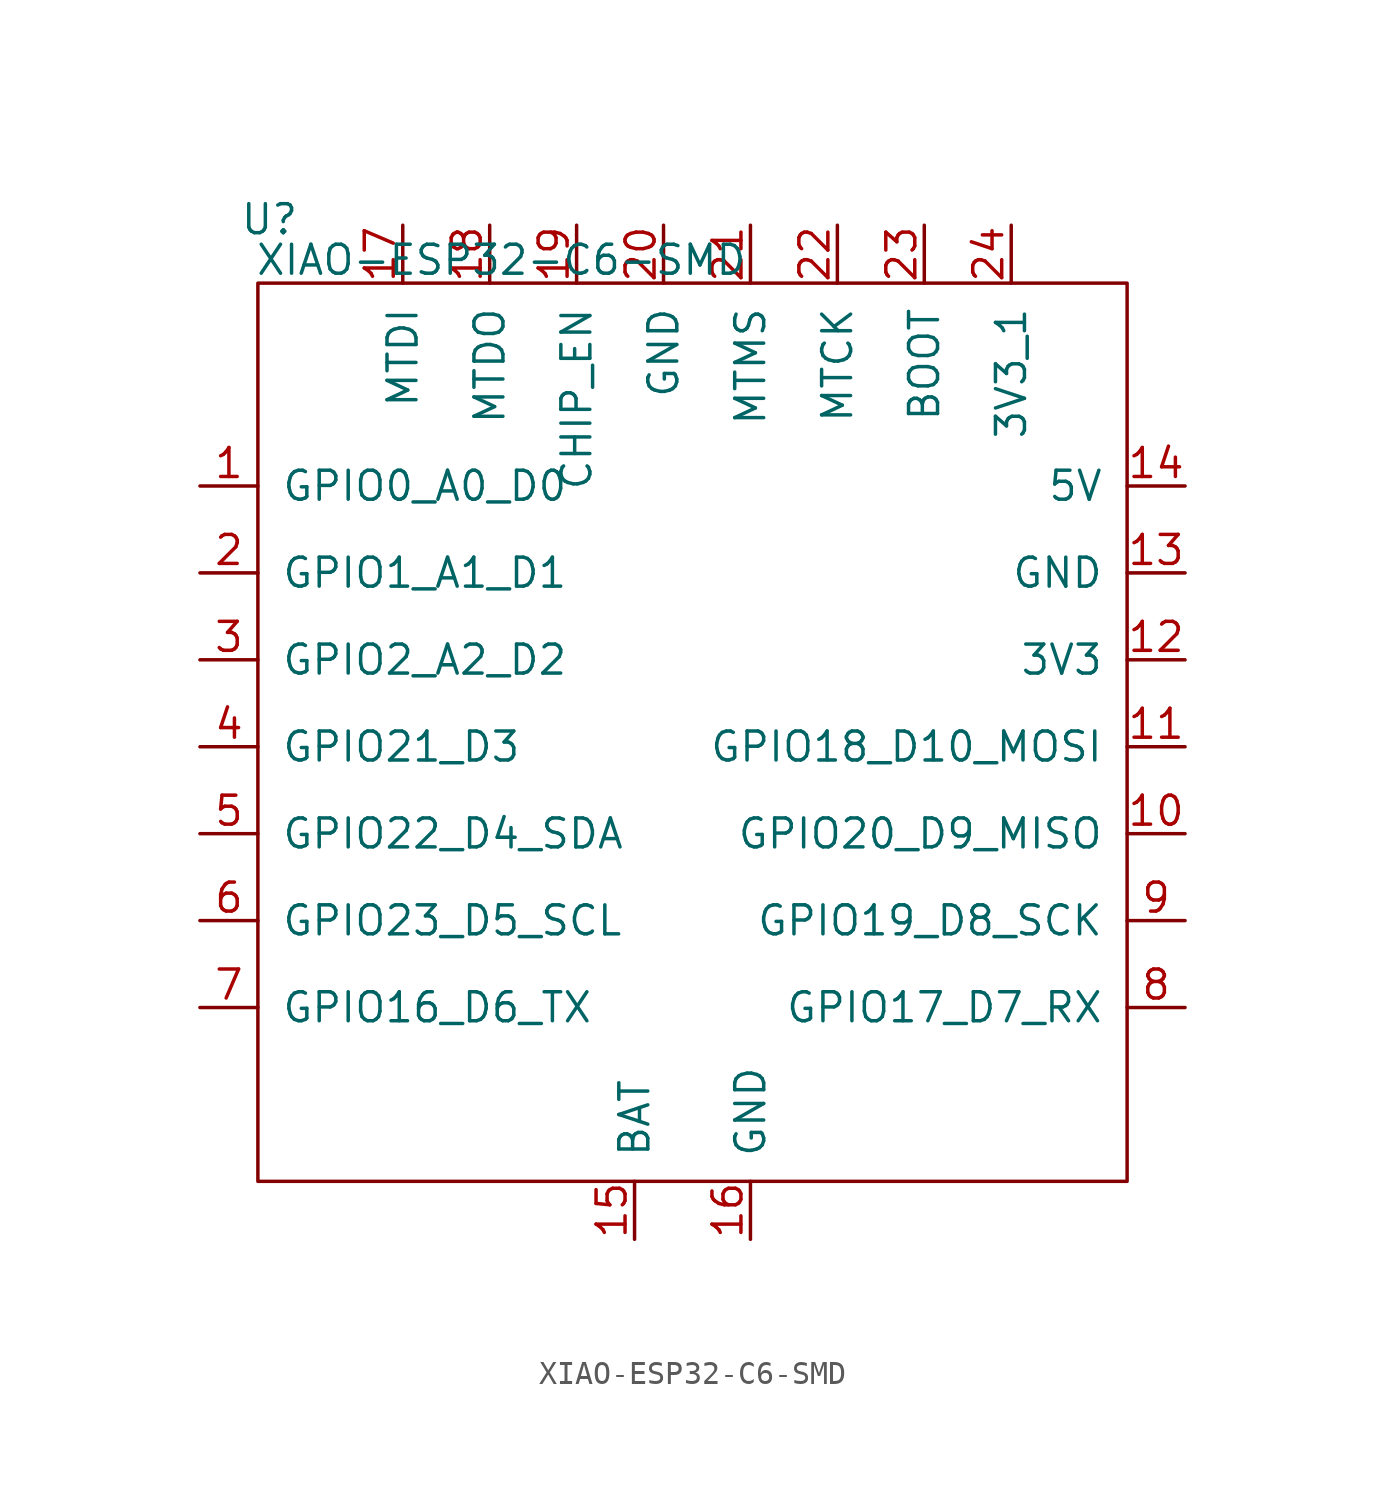
<source format=kicad_sym>
(kicad_symbol_lib
  (version 20231120)
  (generator "kicad_symbol_editor")
  (generator_version "8.0")
  (symbol "XIAO-ESP32-C6-SMD"
    (pin_names
      (offset 1.016))
    (property "Reference" "U"
      (at -18.542 23.114 0)
      (effects (font (size 1.27 1.27))))
    (property "Value" "XIAO-ESP32-C6-SMD"
      (at -8.382 21.336 0)
      (effects (font (size 1.27 1.27))))
    (symbol "XIAO-ESP32-C6-SMD_0_1"
      (rectangle (start 19.05 -19.05) (end -19.05 20.32) (stroke (width 0) (type default)) (fill (type none))))
    (symbol "XIAO-ESP32-C6-SMD_1_1"
      (pin passive line (at -21.59 11.43 0) (length 2.54) (name "GPIO0_A0_D0" (effects (font (size 1.27 1.27)))) (number "1" (effects (font (size 1.27 1.27)))))
      (pin passive line (at 21.59 -3.81 180) (length 2.54) (name "GPIO20_D9_MISO" (effects (font (size 1.27 1.27)))) (number "10" (effects (font (size 1.27 1.27)))))
      (pin passive line (at 21.59 0 180) (length 2.54) (name "GPIO18_D10_MOSI" (effects (font (size 1.27 1.27)))) (number "11" (effects (font (size 1.27 1.27)))))
      (pin passive line (at 21.59 3.81 180) (length 2.54) (name "3V3" (effects (font (size 1.27 1.27)))) (number "12" (effects (font (size 1.27 1.27)))))
      (pin passive line (at 21.59 7.62 180) (length 2.54) (name "GND" (effects (font (size 1.27 1.27)))) (number "13" (effects (font (size 1.27 1.27)))))
      (pin passive line (at 21.59 11.43 180) (length 2.54) (name "5V" (effects (font (size 1.27 1.27)))) (number "14" (effects (font (size 1.27 1.27)))))
      (pin passive line (at -2.54 -21.59 90) (length 2.54) (name "BAT" (effects (font (size 1.27 1.27)))) (number "15" (effects (font (size 1.27 1.27)))))
      (pin passive line (at 2.54 -21.59 90) (length 2.54) (name "GND" (effects (font (size 1.27 1.27)))) (number "16" (effects (font (size 1.27 1.27)))))
      (pin passive line (at -12.7 22.86 270) (length 2.54) (name "MTDI" (effects (font (size 1.27 1.27)))) (number "17" (effects (font (size 1.27 1.27)))))
      (pin passive line (at -8.89 22.86 270) (length 2.54) (name "MTDO" (effects (font (size 1.27 1.27)))) (number "18" (effects (font (size 1.27 1.27)))))
      (pin passive line (at -5.08 22.86 270) (length 2.54) (name "CHIP_EN" (effects (font (size 1.27 1.27)))) (number "19" (effects (font (size 1.27 1.27)))))
      (pin passive line (at -21.59 7.62 0) (length 2.54) (name "GPIO1_A1_D1" (effects (font (size 1.27 1.27)))) (number "2" (effects (font (size 1.27 1.27)))))
      (pin passive line (at -1.27 22.86 270) (length 2.54) (name "GND" (effects (font (size 1.27 1.27)))) (number "20" (effects (font (size 1.27 1.27)))))
      (pin passive line (at 2.54 22.86 270) (length 2.54) (name "MTMS" (effects (font (size 1.27 1.27)))) (number "21" (effects (font (size 1.27 1.27)))))
      (pin passive line (at 6.35 22.86 270) (length 2.54) (name "MTCK" (effects (font (size 1.27 1.27)))) (number "22" (effects (font (size 1.27 1.27)))))
      (pin passive line (at 10.16 22.86 270) (length 2.54) (name "BOOT" (effects (font (size 1.27 1.27)))) (number "23" (effects (font (size 1.27 1.27)))))
      (pin passive line (at 13.97 22.86 270) (length 2.54) (name "3V3_1" (effects (font (size 1.27 1.27)))) (number "24" (effects (font (size 1.27 1.27)))))
      (pin passive line (at -21.59 3.81 0) (length 2.54) (name "GPIO2_A2_D2" (effects (font (size 1.27 1.27)))) (number "3" (effects (font (size 1.27 1.27)))))
      (pin passive line (at -21.59 0 0) (length 2.54) (name "GPIO21_D3" (effects (font (size 1.27 1.27)))) (number "4" (effects (font (size 1.27 1.27)))))
      (pin passive line (at -21.59 -3.81 0) (length 2.54) (name "GPIO22_D4_SDA" (effects (font (size 1.27 1.27)))) (number "5" (effects (font (size 1.27 1.27)))))
      (pin passive line (at -21.59 -7.62 0) (length 2.54) (name "GPIO23_D5_SCL" (effects (font (size 1.27 1.27)))) (number "6" (effects (font (size 1.27 1.27)))))
      (pin passive line (at -21.59 -11.43 0) (length 2.54) (name "GPIO16_D6_TX" (effects (font (size 1.27 1.27)))) (number "7" (effects (font (size 1.27 1.27)))))
      (pin passive line (at 21.59 -11.43 180) (length 2.54) (name "GPIO17_D7_RX" (effects (font (size 1.27 1.27)))) (number "8" (effects (font (size 1.27 1.27)))))
      (pin passive line (at 21.59 -7.62 180) (length 2.54) (name "GPIO19_D8_SCK" (effects (font (size 1.27 1.27)))) (number "9" (effects (font (size 1.27 1.27))))))))
</source>
